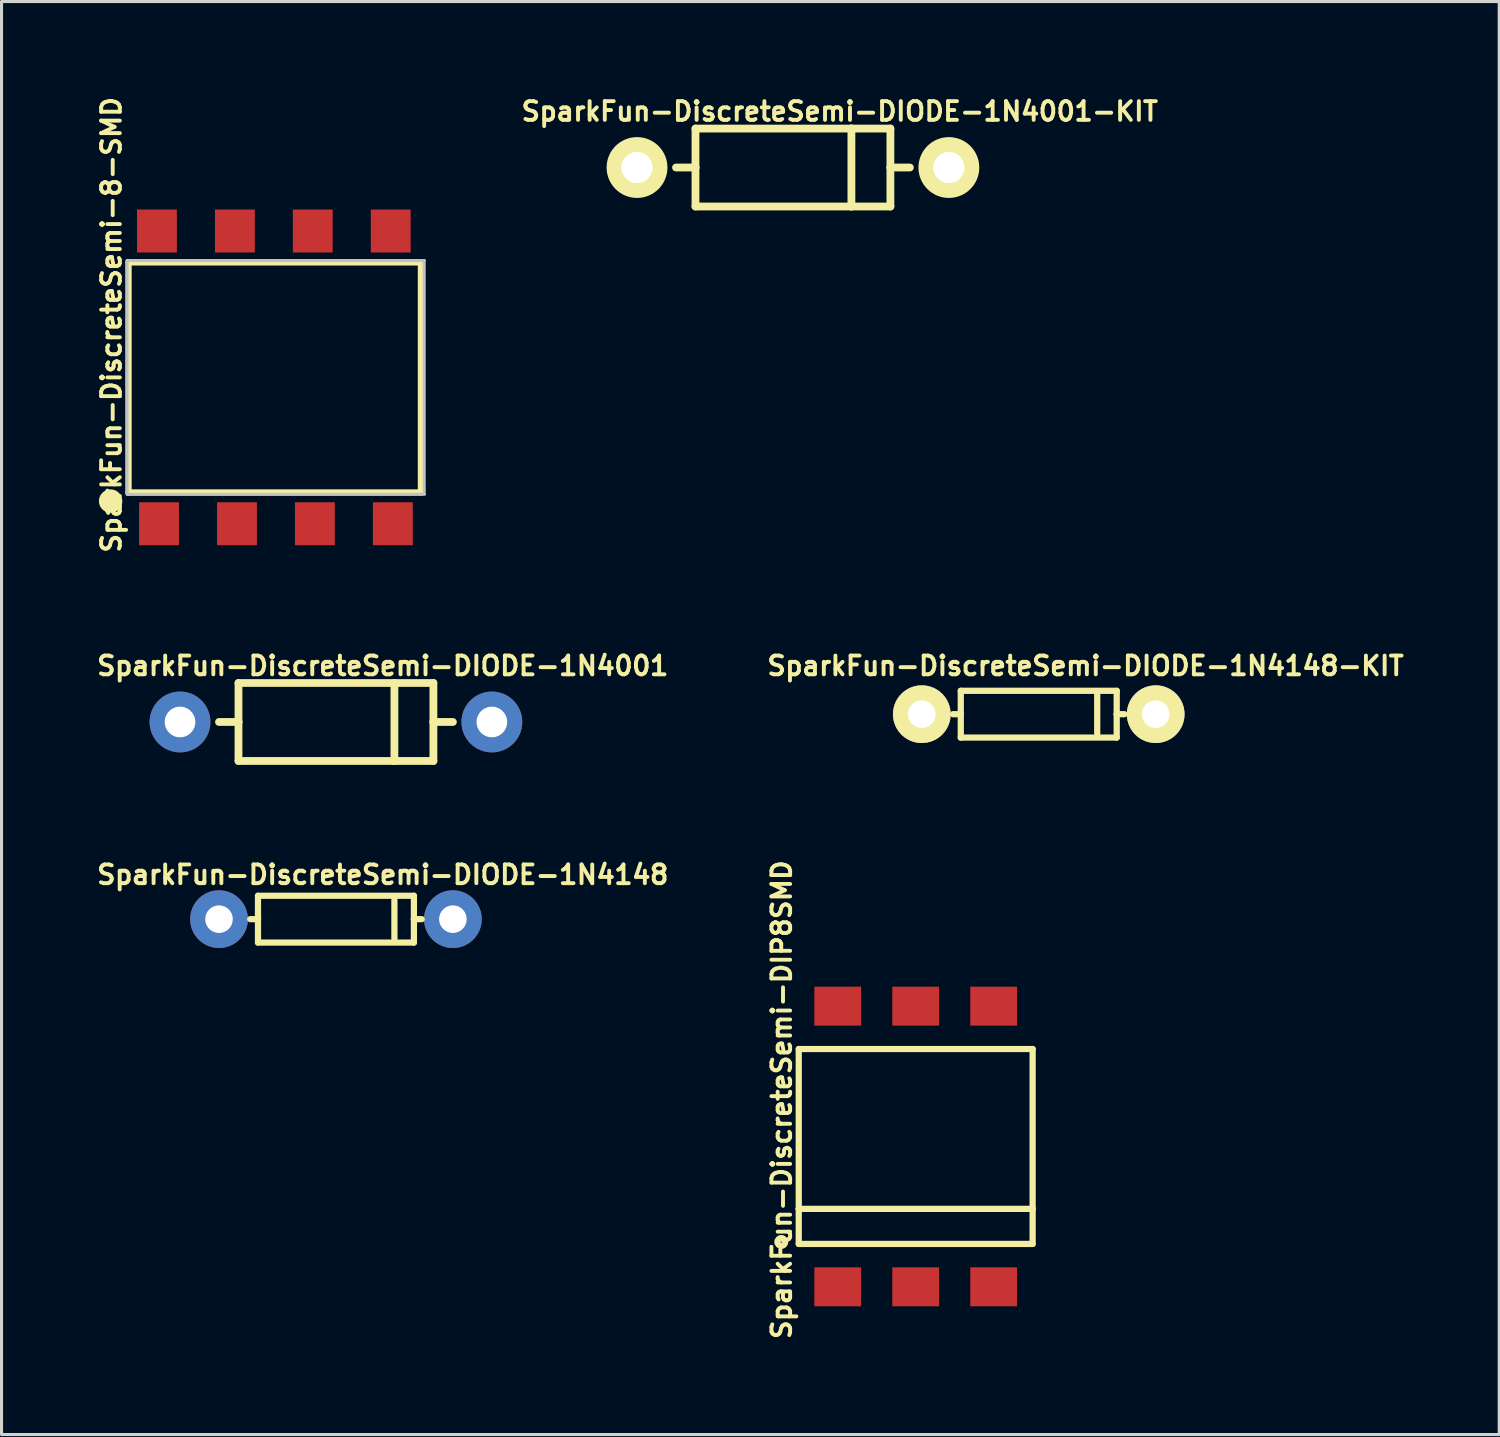
<source format=kicad_pcb>
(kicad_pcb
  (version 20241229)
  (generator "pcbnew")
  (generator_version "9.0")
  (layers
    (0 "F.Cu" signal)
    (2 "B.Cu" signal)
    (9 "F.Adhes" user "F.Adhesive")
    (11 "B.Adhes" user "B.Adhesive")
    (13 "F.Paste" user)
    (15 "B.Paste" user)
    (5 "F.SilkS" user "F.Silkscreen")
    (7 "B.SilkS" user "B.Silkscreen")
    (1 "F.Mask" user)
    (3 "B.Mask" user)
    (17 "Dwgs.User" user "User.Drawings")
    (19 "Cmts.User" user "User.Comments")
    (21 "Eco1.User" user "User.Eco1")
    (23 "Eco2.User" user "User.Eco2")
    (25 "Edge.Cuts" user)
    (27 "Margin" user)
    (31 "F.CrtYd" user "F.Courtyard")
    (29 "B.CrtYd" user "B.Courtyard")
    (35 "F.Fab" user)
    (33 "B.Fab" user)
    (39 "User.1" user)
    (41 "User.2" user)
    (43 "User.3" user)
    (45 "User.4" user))
  (footprint "SparkFun-DiscreteSemi-DIODE-1N4001-KIT"
    (layer "F.Cu")
    (at 22.784 2.408)
    (property "Reference" "SparkFun-DiscreteSemi-DIODE-1N4001-KIT" (at 1.524 -1.829 0) (layer "F.SilkS") (effects (font (size 0.61 0.61) (thickness 0.127))))
    (attr exclude_from_pos_files exclude_from_bom)
    (fp_line (start -3.175 -1.27) (end -3.175 0) (stroke (width 0.254) (type solid)) (layer "F.SilkS"))
    (fp_line (start -3.175 0) (end -3.81 0) (stroke (width 0.254) (type solid)) (layer "F.SilkS"))
    (fp_line (start -3.175 0) (end -3.175 1.27) (stroke (width 0.254) (type solid)) (layer "F.SilkS"))
    (fp_line (start -3.175 1.27) (end 1.905 1.27) (stroke (width 0.254) (type solid)) (layer "F.SilkS"))
    (fp_line (start 1.905 -1.27) (end -3.175 -1.27) (stroke (width 0.254) (type solid)) (layer "F.SilkS"))
    (fp_line (start 1.905 -1.27) (end 1.905 1.27) (stroke (width 0.254) (type solid)) (layer "F.SilkS"))
    (fp_line (start 1.905 1.27) (end 3.175 1.27) (stroke (width 0.254) (type solid)) (layer "F.SilkS"))
    (fp_line (start 3.175 -1.27) (end 1.905 -1.27) (stroke (width 0.254) (type solid)) (layer "F.SilkS"))
    (fp_line (start 3.175 0) (end 3.175 -1.27) (stroke (width 0.254) (type solid)) (layer "F.SilkS"))
    (fp_line (start 3.175 0) (end 3.81 0) (stroke (width 0.254) (type solid)) (layer "F.SilkS"))
    (fp_line (start 3.175 1.27) (end 3.175 0) (stroke (width 0.254) (type solid)) (layer "F.SilkS"))
    (fp_circle (center -5.08 0) (end -5.08 -0.991) (stroke (width 0) (type solid)) (fill yes) (layer "F.SilkS"))
    (fp_circle (center -5.08 0) (end -5.08 -0.508) (stroke (width 0) (type solid)) (fill yes) (layer "F.SilkS"))
    (fp_circle (center 5.08 0) (end 5.08 -0.991) (stroke (width 0) (type solid)) (fill yes) (layer "F.SilkS"))
    (fp_circle (center 5.08 0) (end 5.08 -0.508) (stroke (width 0) (type solid)) (fill yes) (layer "F.SilkS"))
    (pad "A" thru_hole circle (at -5.08 0) (size 1.88 1.88) (drill 1.016) (layers "*.Cu" "*.Paste" "*.Mask"))
    (pad "C" thru_hole circle (at 5.08 0) (size 1.88 1.88) (drill 1.016) (layers "*.Cu" "*.Paste" "*.Mask")))
  (footprint "SparkFun-DiscreteSemi-8-SMD"
    (layer "F.Cu")
    (at 6.091 9.056)
    (property "Reference" "SparkFun-DiscreteSemi-8-SMD" (at -5.512 -1.524 90) (layer "F.SilkS") (effects (font (size 0.61 0.61) (thickness 0.127))))
    (attr smd)
    (fp_line (start -4.953 -3.556) (end 4.572 -3.556) (stroke (width 0.203) (type solid)) (layer "F.SilkS"))
    (fp_line (start -4.953 3.937) (end -4.953 -3.556) (stroke (width 0.203) (type solid)) (layer "F.SilkS"))
    (fp_line (start 4.572 -3.556) (end 4.572 3.937) (stroke (width 0.203) (type solid)) (layer "F.SilkS"))
    (fp_line (start 4.572 3.937) (end -4.953 3.937) (stroke (width 0.203) (type solid)) (layer "F.SilkS"))
    (fp_circle (center -5.537 4.219) (end -5.537 3.838) (stroke (width 0) (type solid)) (fill yes) (layer "F.SilkS"))
    (fp_line (start -4.999 -3.619) (end 4.679 -3.619) (stroke (width 0.099) (type solid)) (layer "Dwgs.User"))
    (fp_line (start -4.999 3.998) (end -4.999 -3.619) (stroke (width 0.099) (type solid)) (layer "Dwgs.User"))
    (fp_line (start -4.999 3.998) (end 4.689 3.998) (stroke (width 0.099) (type solid)) (layer "Dwgs.User"))
    (fp_line (start 4.679 -3.619) (end 4.679 3.978) (stroke (width 0.099) (type solid)) (layer "Dwgs.User"))
    (pad "1" smd rect (at -3.96 4.958) (size 1.298 1.4) (layers "F.Cu" "F.Mask" "F.Paste"))
    (pad "2" smd rect (at -1.42 4.958) (size 1.298 1.4) (layers "F.Cu" "F.Mask" "F.Paste"))
    (pad "3" smd rect (at 1.118 4.958) (size 1.298 1.4) (layers "F.Cu" "F.Mask" "F.Paste"))
    (pad "4" smd rect (at 3.658 4.958) (size 1.298 1.4) (layers "F.Cu" "F.Mask" "F.Paste"))
    (pad "5" smd rect (at 3.589 -4.58) (size 1.298 1.4) (layers "F.Cu" "F.Mask" "F.Paste"))
    (pad "6" smd rect (at 1.049 -4.58) (size 1.298 1.4) (layers "F.Cu" "F.Mask" "F.Paste"))
    (pad "7" smd rect (at -1.488 -4.58) (size 1.298 1.4) (layers "F.Cu" "F.Mask" "F.Paste"))
    (pad "8" smd rect (at -4.028 -4.58) (size 1.298 1.4) (layers "F.Cu" "F.Mask" "F.Paste")))
  (footprint "SparkFun-DiscreteSemi-DIODE-1N4148-KIT"
    (layer "F.Cu")
    (at 30.792 20.218)
    (property "Reference" "SparkFun-DiscreteSemi-DIODE-1N4148-KIT" (at 1.524 -1.575 0) (layer "F.SilkS") (effects (font (size 0.61 0.61) (thickness 0.127))))
    (attr exclude_from_pos_files exclude_from_bom)
    (fp_line (start -2.54 -0.762) (end 2.54 -0.762) (stroke (width 0.203) (type solid)) (layer "F.SilkS"))
    (fp_line (start -2.54 0) (end -2.794 0) (stroke (width 0.203) (type solid)) (layer "F.SilkS"))
    (fp_line (start -2.54 0) (end -2.54 -0.762) (stroke (width 0.203) (type solid)) (layer "F.SilkS"))
    (fp_line (start -2.54 0.762) (end -2.54 0) (stroke (width 0.203) (type solid)) (layer "F.SilkS"))
    (fp_line (start 1.905 -0.635) (end 1.905 0.635) (stroke (width 0.203) (type solid)) (layer "F.SilkS"))
    (fp_line (start 2.54 -0.762) (end 2.54 0) (stroke (width 0.203) (type solid)) (layer "F.SilkS"))
    (fp_line (start 2.54 0) (end 2.54 0.762) (stroke (width 0.203) (type solid)) (layer "F.SilkS"))
    (fp_line (start 2.54 0) (end 2.794 0) (stroke (width 0.203) (type solid)) (layer "F.SilkS"))
    (fp_line (start 2.54 0.762) (end -2.54 0.762) (stroke (width 0.203) (type solid)) (layer "F.SilkS"))
    (fp_circle (center -3.81 0) (end -3.81 -0.94) (stroke (width 0) (type solid)) (fill yes) (layer "F.SilkS"))
    (fp_circle (center -3.81 0) (end -3.81 -0.457) (stroke (width 0) (type solid)) (fill yes) (layer "F.SilkS"))
    (fp_circle (center -3.81 0) (end -3.81 -0.457) (stroke (width 0) (type solid)) (fill yes) (layer "F.SilkS"))
    (fp_circle (center 3.81 0) (end 3.81 -0.94) (stroke (width 0) (type solid)) (fill yes) (layer "F.SilkS"))
    (fp_circle (center 3.81 0) (end 3.81 -0.457) (stroke (width 0) (type solid)) (fill yes) (layer "F.SilkS"))
    (pad "A" thru_hole circle (at -3.81 0) (size 1.88 1.88) (drill 0.899) (layers "*.Cu" "*.Paste" "*.Mask"))
    (pad "C" thru_hole circle (at 3.81 0) (size 1.88 1.88) (drill 0.899) (layers "*.Cu" "*.Paste" "*.Mask")))
  (footprint "SparkFun-DiscreteSemi-DIP8SMD"
    (layer "F.Cu")
    (at 26.783 34.302)
    (property "Reference" "SparkFun-DiscreteSemi-DIP8SMD" (at -4.366 -1.524 90) (layer "F.SilkS") (effects (font (size 0.61 0.61) (thickness 0.127))))
    (attr smd)
    (fp_line (start -3.81 -3.175) (end 3.81 -3.175) (stroke (width 0.203) (type solid)) (layer "F.SilkS"))
    (fp_line (start -3.81 2.032) (end -3.81 -3.175) (stroke (width 0.203) (type solid)) (layer "F.SilkS"))
    (fp_line (start -3.81 2.032) (end 3.81 2.032) (stroke (width 0.203) (type solid)) (layer "F.SilkS"))
    (fp_line (start -3.81 3.175) (end -3.81 2.032) (stroke (width 0.203) (type solid)) (layer "F.SilkS"))
    (fp_line (start 3.81 -3.175) (end 3.81 2.032) (stroke (width 0.203) (type solid)) (layer "F.SilkS"))
    (fp_line (start 3.81 2.032) (end 3.81 3.175) (stroke (width 0.203) (type solid)) (layer "F.SilkS"))
    (fp_line (start 3.81 3.175) (end -3.81 3.175) (stroke (width 0.203) (type solid)) (layer "F.SilkS"))
    (fp_circle (center -4.379 3.111) (end -4.379 2.985) (stroke (width 0.203) (type solid)) (fill no) (layer "F.SilkS"))
    (pad "1" smd rect (at -2.54 4.572) (size 1.524 1.27) (layers "F.Cu" "F.Mask" "F.Paste"))
    (pad "2" smd rect (at 0 4.572) (size 1.524 1.27) (layers "F.Cu" "F.Mask" "F.Paste"))
    (pad "3" smd rect (at 2.54 4.572) (size 1.524 1.27) (layers "F.Cu" "F.Mask" "F.Paste"))
    (pad "4" smd rect (at 2.54 -4.572) (size 1.524 1.27) (layers "F.Cu" "F.Mask" "F.Paste"))
    (pad "5" smd rect (at 0 -4.572) (size 1.524 1.27) (layers "F.Cu" "F.Mask" "F.Paste"))
    (pad "6" smd rect (at -2.54 -4.572) (size 1.524 1.27) (layers "F.Cu" "F.Mask" "F.Paste")))
  (footprint "SparkFun-DiscreteSemi-DIODE-1N4148"
    (layer "F.Cu")
    (at 7.895 26.896)
    (property "Reference" "SparkFun-DiscreteSemi-DIODE-1N4148" (at 1.524 -1.448 0) (layer "F.SilkS") (effects (font (size 0.61 0.61) (thickness 0.127))))
    (attr exclude_from_pos_files exclude_from_bom)
    (fp_line (start -2.54 -0.762) (end 2.54 -0.762) (stroke (width 0.203) (type solid)) (layer "F.SilkS"))
    (fp_line (start -2.54 0) (end -2.794 0) (stroke (width 0.203) (type solid)) (layer "F.SilkS"))
    (fp_line (start -2.54 0) (end -2.54 -0.762) (stroke (width 0.203) (type solid)) (layer "F.SilkS"))
    (fp_line (start -2.54 0.762) (end -2.54 0) (stroke (width 0.203) (type solid)) (layer "F.SilkS"))
    (fp_line (start 1.905 -0.635) (end 1.905 0.635) (stroke (width 0.203) (type solid)) (layer "F.SilkS"))
    (fp_line (start 2.54 -0.762) (end 2.54 0) (stroke (width 0.203) (type solid)) (layer "F.SilkS"))
    (fp_line (start 2.54 0) (end 2.54 0.762) (stroke (width 0.203) (type solid)) (layer "F.SilkS"))
    (fp_line (start 2.54 0) (end 2.794 0) (stroke (width 0.203) (type solid)) (layer "F.SilkS"))
    (fp_line (start 2.54 0.762) (end -2.54 0.762) (stroke (width 0.203) (type solid)) (layer "F.SilkS"))
    (pad "A" thru_hole circle (at -3.81 0) (size 1.88 1.88) (drill 0.899) (layers "*.Cu" "*.Paste" "*.Mask"))
    (pad "C" thru_hole circle (at 3.81 0) (size 1.88 1.88) (drill 0.899) (layers "*.Cu" "*.Paste" "*.Mask")))
  (footprint "SparkFun-DiscreteSemi-DIODE-1N4001"
    (layer "F.Cu")
    (at 7.895 20.472)
    (property "Reference" "SparkFun-DiscreteSemi-DIODE-1N4001" (at 1.524 -1.829 0) (layer "F.SilkS") (effects (font (size 0.61 0.61) (thickness 0.127))))
    (attr exclude_from_pos_files exclude_from_bom)
    (fp_line (start -3.175 -1.27) (end -3.175 0) (stroke (width 0.254) (type solid)) (layer "F.SilkS"))
    (fp_line (start -3.175 0) (end -3.81 0) (stroke (width 0.254) (type solid)) (layer "F.SilkS"))
    (fp_line (start -3.175 0) (end -3.175 1.27) (stroke (width 0.254) (type solid)) (layer "F.SilkS"))
    (fp_line (start -3.175 1.27) (end 1.905 1.27) (stroke (width 0.254) (type solid)) (layer "F.SilkS"))
    (fp_line (start 1.905 -1.27) (end -3.175 -1.27) (stroke (width 0.254) (type solid)) (layer "F.SilkS"))
    (fp_line (start 1.905 -1.27) (end 1.905 1.27) (stroke (width 0.254) (type solid)) (layer "F.SilkS"))
    (fp_line (start 1.905 1.27) (end 3.175 1.27) (stroke (width 0.254) (type solid)) (layer "F.SilkS"))
    (fp_line (start 3.175 -1.27) (end 1.905 -1.27) (stroke (width 0.254) (type solid)) (layer "F.SilkS"))
    (fp_line (start 3.175 0) (end 3.175 -1.27) (stroke (width 0.254) (type solid)) (layer "F.SilkS"))
    (fp_line (start 3.175 0) (end 3.81 0) (stroke (width 0.254) (type solid)) (layer "F.SilkS"))
    (fp_line (start 3.175 1.27) (end 3.175 0) (stroke (width 0.254) (type solid)) (layer "F.SilkS"))
    (pad "A" thru_hole circle (at -5.08 0) (size 1.981 1.981) (drill 0.998) (layers "*.Cu" "*.Paste" "*.Mask"))
    (pad "C" thru_hole circle (at 5.08 0) (size 1.981 1.981) (drill 0.998) (layers "*.Cu" "*.Paste" "*.Mask")))
  (gr_rect
    (start -3 -3)
    (end 45.794 43.687)
    (stroke (width 0.1) (type default))
    (fill no)
    (layer "Edge.Cuts")))
</source>
